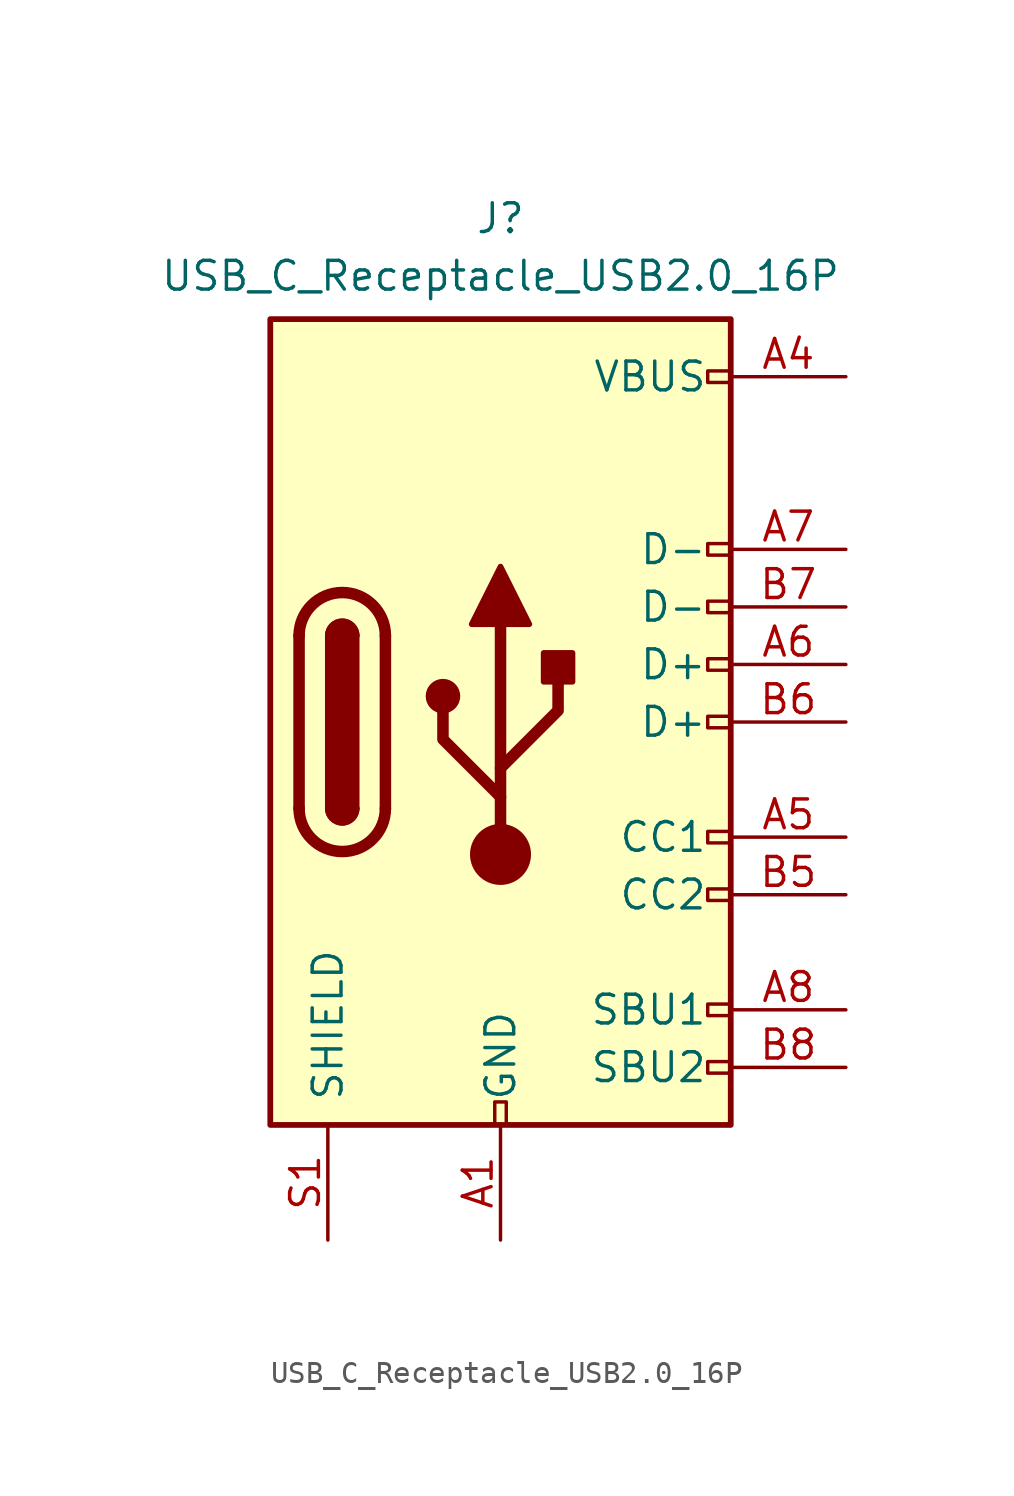
<source format=kicad_sym>
(kicad_symbol_lib
  (version 20231120)
  (generator "kicad_symbol_editor")
  (generator_version "8.0")
  (symbol "USB_C_Receptacle_USB2.0_16P"
    (pin_names
      (offset 1.016))
    (property "Reference" "J"
      (at 0 22.225 0)
      (effects (font (size 1.27 1.27))))
    (property "Value" "USB_C_Receptacle_USB2.0_16P"
      (at 0 19.685 0)
      (effects (font (size 1.27 1.27))))
    (symbol "USB_C_Receptacle_USB2.0_16P_0_0"
      (rectangle (start -0.254 -17.78) (end 0.254 -16.764) (stroke (width 0) (type default)) (fill (type none)))
      (rectangle (start 10.16 -14.986) (end 9.144 -15.494) (stroke (width 0) (type default)) (fill (type none)))
      (rectangle (start 10.16 -12.446) (end 9.144 -12.954) (stroke (width 0) (type default)) (fill (type none)))
      (rectangle (start 10.16 -7.366) (end 9.144 -7.874) (stroke (width 0) (type default)) (fill (type none)))
      (rectangle (start 10.16 -4.826) (end 9.144 -5.334) (stroke (width 0) (type default)) (fill (type none)))
      (rectangle (start 10.16 0.254) (end 9.144 -0.254) (stroke (width 0) (type default)) (fill (type none)))
      (rectangle (start 10.16 2.794) (end 9.144 2.286) (stroke (width 0) (type default)) (fill (type none)))
      (rectangle (start 10.16 5.334) (end 9.144 4.826) (stroke (width 0) (type default)) (fill (type none)))
      (rectangle (start 10.16 7.874) (end 9.144 7.366) (stroke (width 0) (type default)) (fill (type none)))
      (rectangle (start 10.16 15.494) (end 9.144 14.986) (stroke (width 0) (type default)) (fill (type none))))
    (symbol "USB_C_Receptacle_USB2.0_16P_0_1"
      (rectangle (start -10.16 17.78) (end 10.16 -17.78) (stroke (width 0.254) (type default)) (fill (type background)))
      (arc (start -8.89 -3.81) (mid -6.985 -5.7067) (end -5.08 -3.81) (stroke (width 0.508) (type default)) (fill (type none)))
      (arc (start -7.62 -3.81) (mid -6.985 -4.4423) (end -6.35 -3.81) (stroke (width 0.254) (type default)) (fill (type none)))
      (arc (start -7.62 -3.81) (mid -6.985 -4.4423) (end -6.35 -3.81) (stroke (width 0.254) (type default)) (fill (type outline)))
      (rectangle (start -7.62 -3.81) (end -6.35 3.81) (stroke (width 0.254) (type default)) (fill (type outline)))
      (arc (start -6.35 3.81) (mid -6.985 4.4423) (end -7.62 3.81) (stroke (width 0.254) (type default)) (fill (type none)))
      (arc (start -6.35 3.81) (mid -6.985 4.4423) (end -7.62 3.81) (stroke (width 0.254) (type default)) (fill (type outline)))
      (arc (start -5.08 3.81) (mid -6.985 5.7067) (end -8.89 3.81) (stroke (width 0.508) (type default)) (fill (type none)))
      (circle (center -2.54 1.143) (radius 0.635) (stroke (width 0.254) (type default)) (fill (type outline)))
      (circle (center 0 -5.842) (radius 1.27) (stroke (width 0) (type default)) (fill (type outline)))
      (polyline (pts (xy -8.89 -3.81) (xy -8.89 3.81)) (stroke (width 0.508) (type default)) (fill (type none)))
      (polyline (pts (xy -5.08 3.81) (xy -5.08 -3.81)) (stroke (width 0.508) (type default)) (fill (type none)))
      (polyline (pts (xy 0 -5.842) (xy 0 4.318)) (stroke (width 0.508) (type default)) (fill (type none)))
      (polyline (pts (xy 0 -3.302) (xy -2.54 -0.762) (xy -2.54 0.508)) (stroke (width 0.508) (type default)) (fill (type none)))
      (polyline (pts (xy 0 -2.032) (xy 2.54 0.508) (xy 2.54 1.778)) (stroke (width 0.508) (type default)) (fill (type none)))
      (polyline (pts (xy -1.27 4.318) (xy 0 6.858) (xy 1.27 4.318) (xy -1.27 4.318)) (stroke (width 0.254) (type default)) (fill (type outline)))
      (rectangle (start 1.905 1.778) (end 3.175 3.048) (stroke (width 0.254) (type default)) (fill (type outline))))
    (symbol "USB_C_Receptacle_USB2.0_16P_1_1"
      (pin passive line (at 0 -22.86 90) (length 5.08) (name "GND" (effects (font (size 1.27 1.27)))) (number "A1" (effects (font (size 1.27 1.27)))))
      (pin passive line (at 0 -22.86 90) (length 5.08) hide (name "GND" (effects (font (size 1.27 1.27)))) (number "A12" (effects (font (size 1.27 1.27)))))
      (pin passive line (at 15.24 15.24 180) (length 5.08) (name "VBUS" (effects (font (size 1.27 1.27)))) (number "A4" (effects (font (size 1.27 1.27)))))
      (pin bidirectional line (at 15.24 -5.08 180) (length 5.08) (name "CC1" (effects (font (size 1.27 1.27)))) (number "A5" (effects (font (size 1.27 1.27)))))
      (pin bidirectional line (at 15.24 2.54 180) (length 5.08) (name "D+" (effects (font (size 1.27 1.27)))) (number "A6" (effects (font (size 1.27 1.27)))))
      (pin bidirectional line (at 15.24 7.62 180) (length 5.08) (name "D-" (effects (font (size 1.27 1.27)))) (number "A7" (effects (font (size 1.27 1.27)))))
      (pin bidirectional line (at 15.24 -12.7 180) (length 5.08) (name "SBU1" (effects (font (size 1.27 1.27)))) (number "A8" (effects (font (size 1.27 1.27)))))
      (pin passive line (at 15.24 15.24 180) (length 5.08) hide (name "VBUS" (effects (font (size 1.27 1.27)))) (number "A9" (effects (font (size 1.27 1.27)))))
      (pin passive line (at 0 -22.86 90) (length 5.08) hide (name "GND" (effects (font (size 1.27 1.27)))) (number "B1" (effects (font (size 1.27 1.27)))))
      (pin passive line (at 0 -22.86 90) (length 5.08) hide (name "GND" (effects (font (size 1.27 1.27)))) (number "B12" (effects (font (size 1.27 1.27)))))
      (pin passive line (at 15.24 15.24 180) (length 5.08) hide (name "VBUS" (effects (font (size 1.27 1.27)))) (number "B4" (effects (font (size 1.27 1.27)))))
      (pin bidirectional line (at 15.24 -7.62 180) (length 5.08) (name "CC2" (effects (font (size 1.27 1.27)))) (number "B5" (effects (font (size 1.27 1.27)))))
      (pin bidirectional line (at 15.24 0 180) (length 5.08) (name "D+" (effects (font (size 1.27 1.27)))) (number "B6" (effects (font (size 1.27 1.27)))))
      (pin bidirectional line (at 15.24 5.08 180) (length 5.08) (name "D-" (effects (font (size 1.27 1.27)))) (number "B7" (effects (font (size 1.27 1.27)))))
      (pin bidirectional line (at 15.24 -15.24 180) (length 5.08) (name "SBU2" (effects (font (size 1.27 1.27)))) (number "B8" (effects (font (size 1.27 1.27)))))
      (pin passive line (at 15.24 15.24 180) (length 5.08) hide (name "VBUS" (effects (font (size 1.27 1.27)))) (number "B9" (effects (font (size 1.27 1.27)))))
      (pin passive line (at -7.62 -22.86 90) (length 5.08) (name "SHIELD" (effects (font (size 1.27 1.27)))) (number "S1" (effects (font (size 1.27 1.27))))))))
</source>
